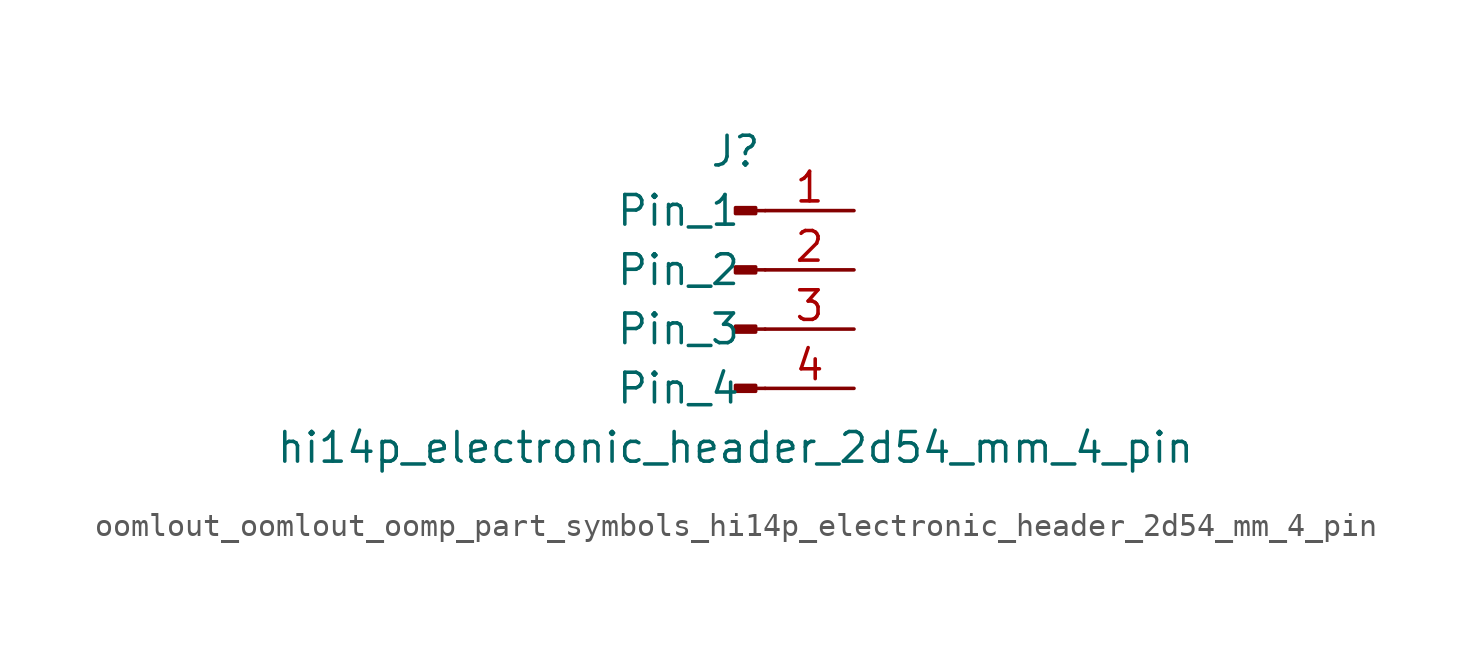
<source format=kicad_sym>
(kicad_symbol_lib
  (version 20220914)
  (generator kicad_symbol_editor)
  (symbol "oomlout_oomlout_oomp_part_symbols_hi14p_electronic_header_2d54_mm_4_pin"
    (pin_names
      (offset 1.016))
    (property "Reference" "J"
      (at 0 5.08 0)
      (effects (font (size 1.27 1.27))))
    (property "Value" "hi14p_electronic_header_2d54_mm_4_pin"
      (at 0 -7.62 0)
      (effects (font (size 1.27 1.27))))
    (property "ki_locked" ""
      (at 0 0 0)
      (effects (font (size 1.27 1.27))))
    (symbol "oomlout_oomlout_oomp_part_symbols_hi14p_electronic_header_2d54_mm_4_pin_1_1"
      (polyline (pts (xy 1.27 -5.08) (xy 0.864 -5.08)) (stroke (width 0.152) (type default)) (fill (type none)))
      (polyline (pts (xy 1.27 -2.54) (xy 0.864 -2.54)) (stroke (width 0.152) (type default)) (fill (type none)))
      (polyline (pts (xy 1.27 0) (xy 0.864 0)) (stroke (width 0.152) (type default)) (fill (type none)))
      (polyline (pts (xy 1.27 2.54) (xy 0.864 2.54)) (stroke (width 0.152) (type default)) (fill (type none)))
      (rectangle (start 0.864 -4.953) (end 0 -5.207) (stroke (width 0.152) (type default)) (fill (type outline)))
      (rectangle (start 0.864 -2.413) (end 0 -2.667) (stroke (width 0.152) (type default)) (fill (type outline)))
      (rectangle (start 0.864 0.127) (end 0 -0.127) (stroke (width 0.152) (type default)) (fill (type outline)))
      (rectangle (start 0.864 2.667) (end 0 2.413) (stroke (width 0.152) (type default)) (fill (type outline)))
      (pin passive line (at 5.08 2.54 180) (length 3.81) (name "Pin_1" (effects (font (size 1.27 1.27)))) (number "1" (effects (font (size 1.27 1.27)))))
      (pin passive line (at 5.08 0 180) (length 3.81) (name "Pin_2" (effects (font (size 1.27 1.27)))) (number "2" (effects (font (size 1.27 1.27)))))
      (pin passive line (at 5.08 -2.54 180) (length 3.81) (name "Pin_3" (effects (font (size 1.27 1.27)))) (number "3" (effects (font (size 1.27 1.27)))))
      (pin passive line (at 5.08 -5.08 180) (length 3.81) (name "Pin_4" (effects (font (size 1.27 1.27)))) (number "4" (effects (font (size 1.27 1.27))))))))
</source>
